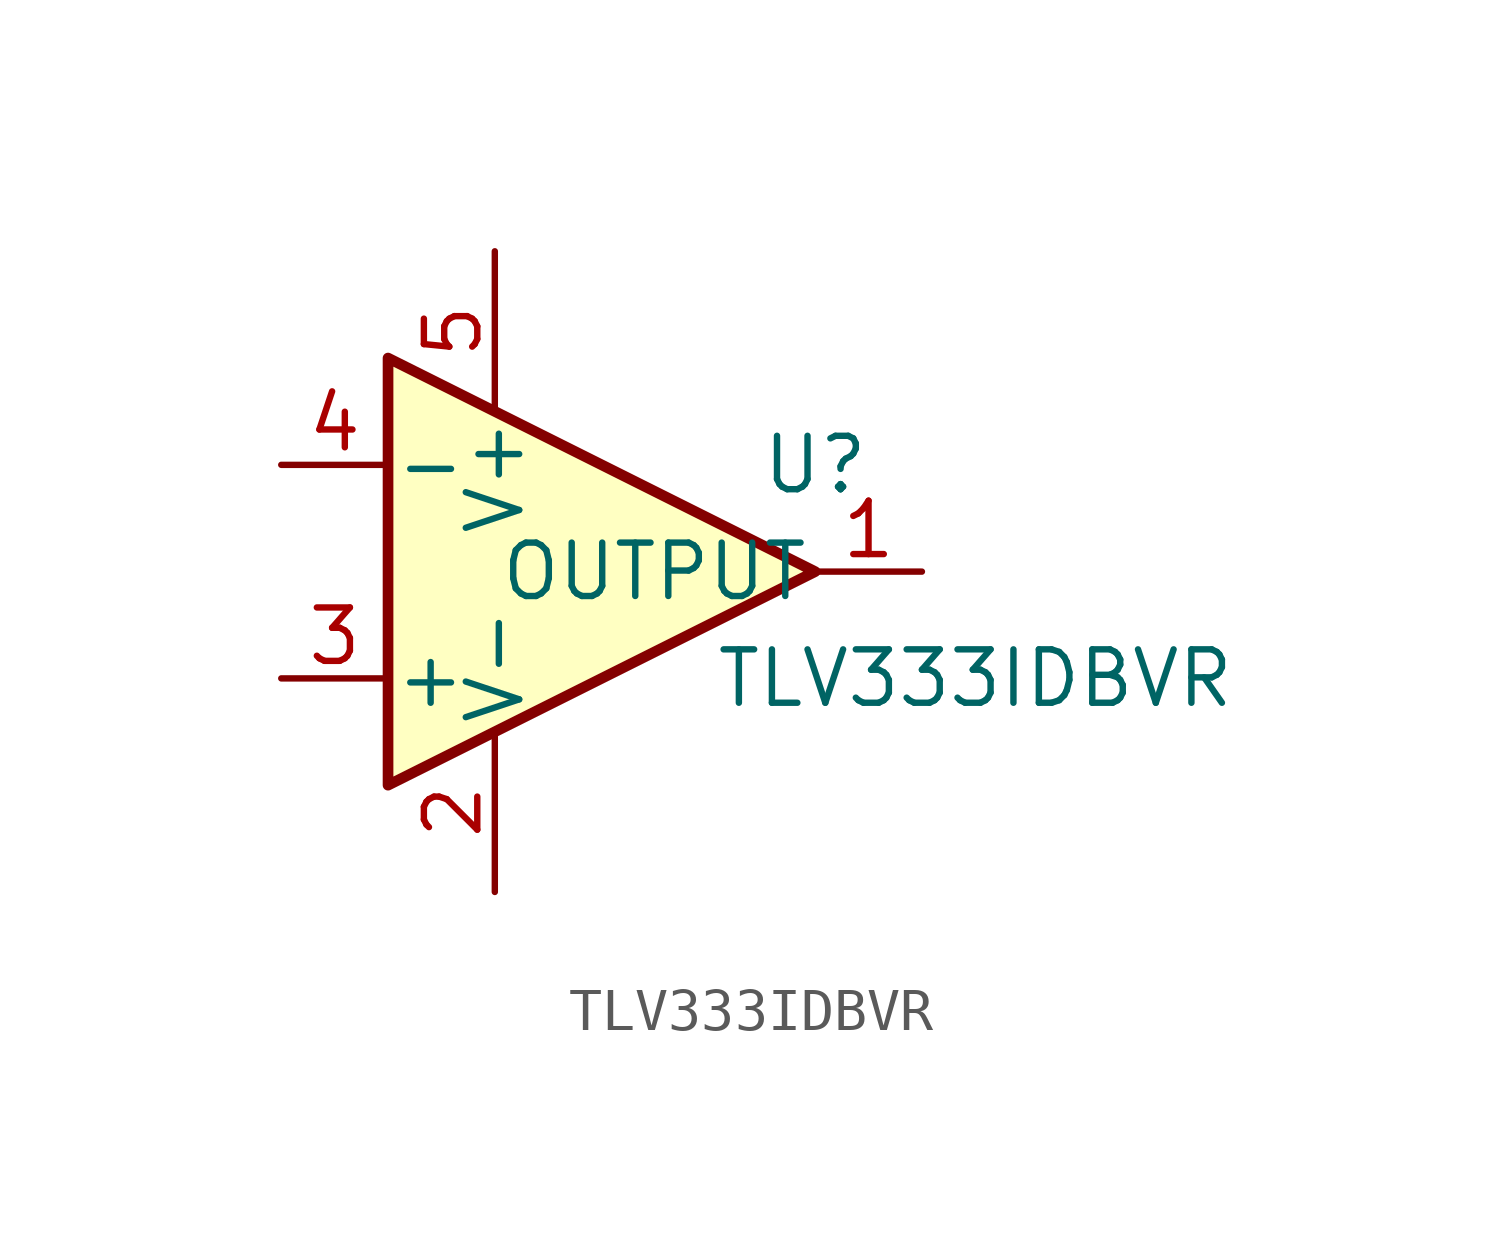
<source format=kicad_sym>
(kicad_symbol_lib
  (version 20231120)
  (generator "kicad_symbol_editor")
  (generator_version "8.0")
  (symbol "TLV333IDBVR"
    (pin_names
      (offset 0.127))
    (property "Reference" "U"
      (at 7.62 2.54 0)
      (effects (font (size 1.27 1.27))))
    (property "Value" "TLV333IDBVR"
      (at 11.43 -2.54 0)
      (effects (font (size 1.27 1.27))))
    (symbol "TLV333IDBVR_0_1"
      (polyline (pts (xy -2.54 5.08) (xy -2.54 -5.08) (xy 7.62 0) (xy -2.54 5.08)) (stroke (width 0.254) (type default)) (fill (type background))))
    (symbol "TLV333IDBVR_1_1"
      (pin output line (at 10.16 0 180) (length 2.54) (name "OUTPUT" (effects (font (size 1.27 1.27)))) (number "1" (effects (font (size 1.27 1.27)))))
      (pin power_in line (at 0 -7.62 90) (length 3.81) (name "V-" (effects (font (size 1.27 1.27)))) (number "2" (effects (font (size 1.27 1.27)))))
      (pin input line (at -5.08 -2.54 0) (length 2.54) (name "+" (effects (font (size 1.27 1.27)))) (number "3" (effects (font (size 1.27 1.27)))))
      (pin input line (at -5.08 2.54 0) (length 2.54) (name "-" (effects (font (size 1.27 1.27)))) (number "4" (effects (font (size 1.27 1.27)))))
      (pin power_in line (at 0 7.62 270) (length 3.81) (name "V+" (effects (font (size 1.27 1.27)))) (number "5" (effects (font (size 1.27 1.27))))))))
</source>
